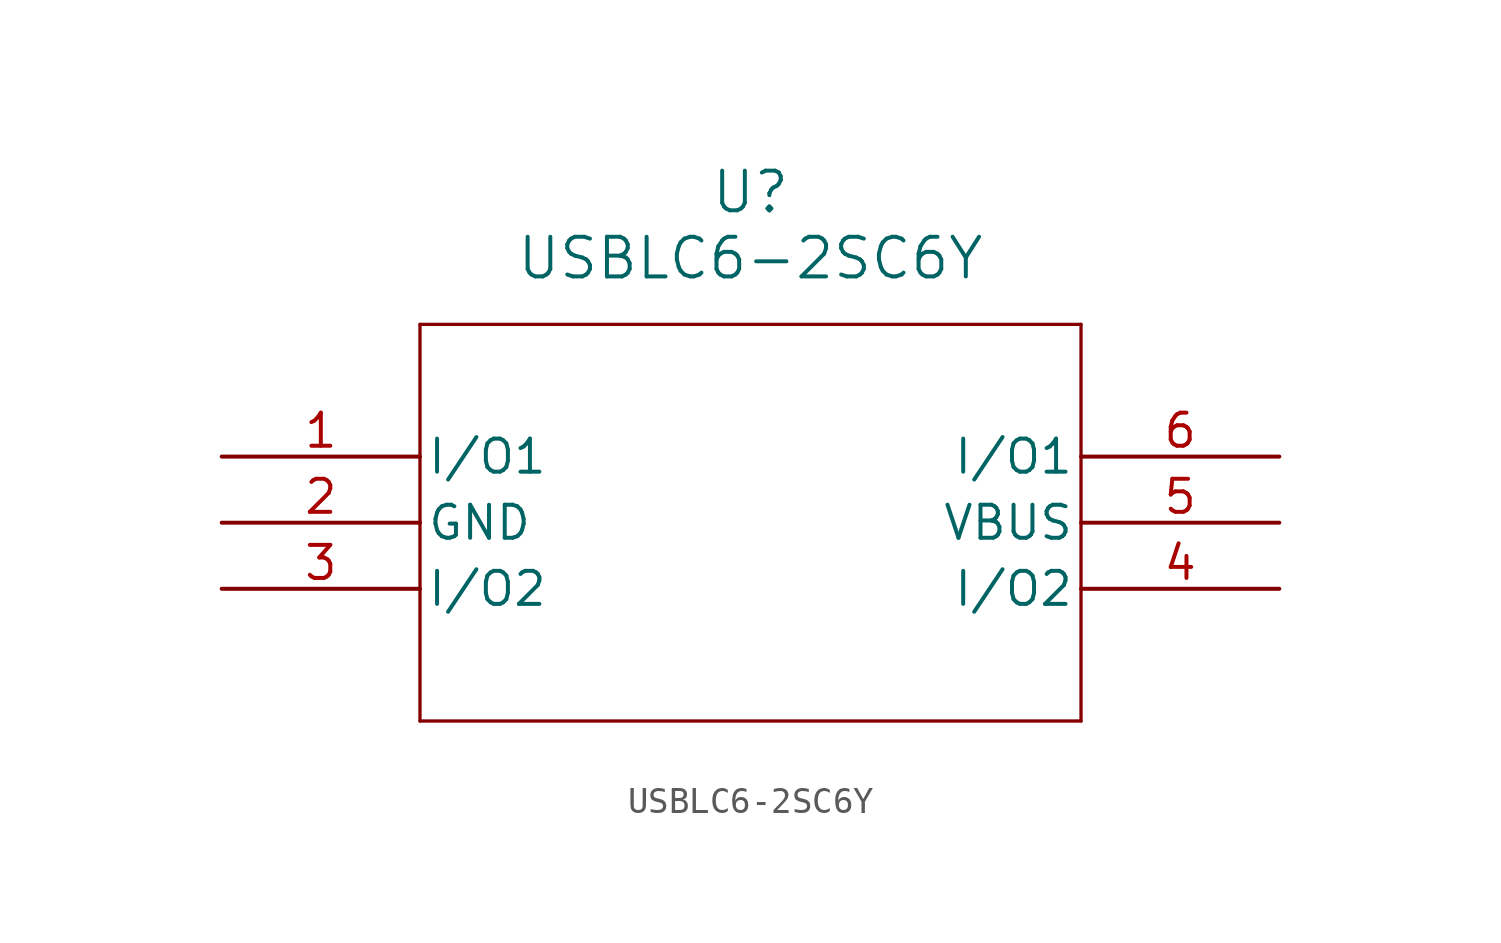
<source format=kicad_sym>
(kicad_symbol_lib
  (version 20211014)
  (generator kicad_symbol_editor)
  (symbol "USBLC6-2SC6Y"
    (pin_names
      (offset 0.254))
    (property "Reference" "U"
      (at 20.32 10.16 0)
      (effects (font (size 1.524 1.524))))
    (property "Value" "USBLC6-2SC6Y"
      (at 20.32 7.62 0)
      (effects (font (size 1.524 1.524))))
    (symbol "USBLC6-2SC6Y_0_1"
      (polyline (pts (xy 7.62 5.08) (xy 7.62 -10.16)) (stroke (width 0.127) (type default) (color 0 0 0 0)) (fill (type none)))
      (polyline (pts (xy 7.62 -10.16) (xy 33.02 -10.16)) (stroke (width 0.127) (type default) (color 0 0 0 0)) (fill (type none)))
      (polyline (pts (xy 33.02 -10.16) (xy 33.02 5.08)) (stroke (width 0.127) (type default) (color 0 0 0 0)) (fill (type none)))
      (polyline (pts (xy 33.02 5.08) (xy 7.62 5.08)) (stroke (width 0.127) (type default) (color 0 0 0 0)) (fill (type none)))
      (pin bidirectional line (at 0 0 0) (length 7.62) (name "I/O1" (effects (font (size 1.27 1.27)))) (number "1" (effects (font (size 1.27 1.27)))))
      (pin power_in line (at 0 -2.54 0) (length 7.62) (name "GND" (effects (font (size 1.27 1.27)))) (number "2" (effects (font (size 1.27 1.27)))))
      (pin bidirectional line (at 0 -5.08 0) (length 7.62) (name "I/O2" (effects (font (size 1.27 1.27)))) (number "3" (effects (font (size 1.27 1.27)))))
      (pin bidirectional line (at 40.64 -5.08 180) (length 7.62) (name "I/O2" (effects (font (size 1.27 1.27)))) (number "4" (effects (font (size 1.27 1.27)))))
      (pin power_in line (at 40.64 -2.54 180) (length 7.62) (name "VBUS" (effects (font (size 1.27 1.27)))) (number "5" (effects (font (size 1.27 1.27)))))
      (pin bidirectional line (at 40.64 0 180) (length 7.62) (name "I/O1" (effects (font (size 1.27 1.27)))) (number "6" (effects (font (size 1.27 1.27))))))))
</source>
